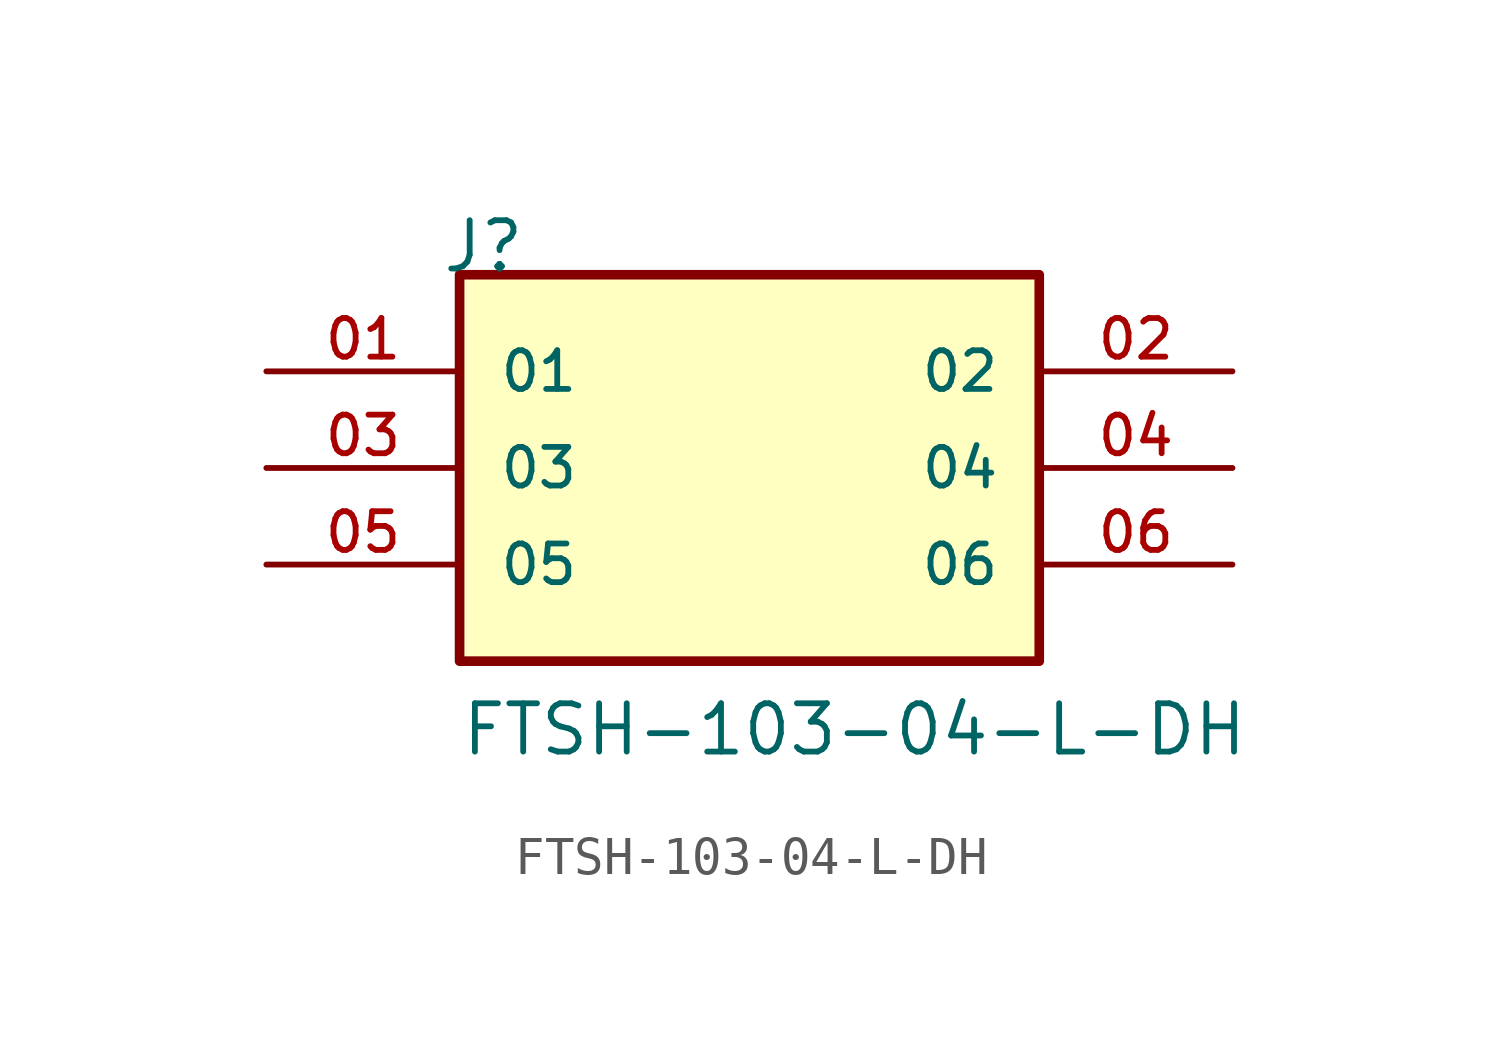
<source format=kicad_sym>
(kicad_symbol_lib
  (version 20211014)
  (generator kicad_symbol_editor)
  (symbol "FTSH-103-04-L-DH"
    (pin_names
      (offset 1.016))
    (property "Reference" "J"
      (at -8.12 5.08 0)
      (effects (font (size 1.27 1.27)) (justify bottom left)))
    (property "Value" "FTSH-103-04-L-DH"
      (at -7.62 -7.62 0)
      (effects (font (size 1.27 1.27)) (justify bottom left)))
    (symbol "FTSH-103-04-L-DH_0_0"
      (rectangle (start -7.62 -5.08) (end 7.62 5.08) (stroke (width 0.254)) (fill (type background)))
      (pin passive line (at -12.7 2.54 0) (length 5.08) (name "01" (effects (font (size 1.016 1.016)))) (number "01" (effects (font (size 1.016 1.016)))))
      (pin passive line (at 12.7 2.54 180.0) (length 5.08) (name "02" (effects (font (size 1.016 1.016)))) (number "02" (effects (font (size 1.016 1.016)))))
      (pin passive line (at -12.7 0.0 0) (length 5.08) (name "03" (effects (font (size 1.016 1.016)))) (number "03" (effects (font (size 1.016 1.016)))))
      (pin passive line (at 12.7 0.0 180.0) (length 5.08) (name "04" (effects (font (size 1.016 1.016)))) (number "04" (effects (font (size 1.016 1.016)))))
      (pin passive line (at -12.7 -2.54 0) (length 5.08) (name "05" (effects (font (size 1.016 1.016)))) (number "05" (effects (font (size 1.016 1.016)))))
      (pin passive line (at 12.7 -2.54 180.0) (length 5.08) (name "06" (effects (font (size 1.016 1.016)))) (number "06" (effects (font (size 1.016 1.016))))))))
</source>
